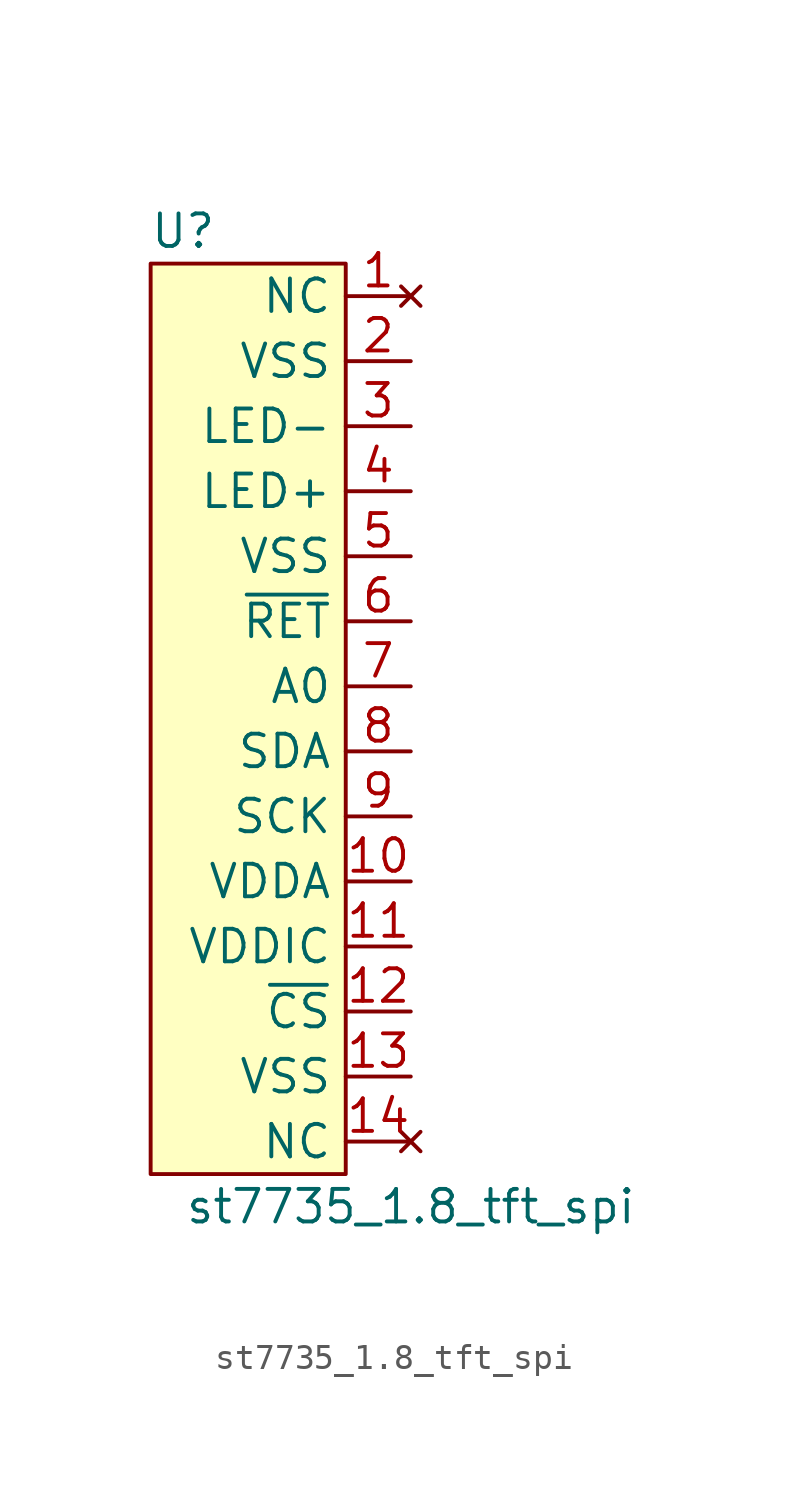
<source format=kicad_sym>
(kicad_symbol_lib
  (version 20211014)
  (generator kicad_symbol_editor)
  (symbol "st7735_1.8_tft_spi"
    (property "Reference" "U"
      (at -10.16 16.51 0)
      (effects (font (size 1.27 1.27))))
    (property "Value" "st7735_1.8_tft_spi"
      (at -1.27 -21.59 0)
      (effects (font (size 1.27 1.27))))
    (symbol "st7735_1.8_tft_spi_0_1"
      (rectangle (start -3.81 15.24) (end -11.43 -20.32) (stroke (width 0) (type default) (color 0 0 0 0)) (fill (type background))))
    (symbol "st7735_1.8_tft_spi_1_1"
      (pin no_connect line (at -1.27 13.97 180) (length 2.54) (name "NC" (effects (font (size 1.27 1.27)))) (number "1" (effects (font (size 1.27 1.27)))))
      (pin power_in line (at -1.27 -8.89 180) (length 2.54) (name "VDDA" (effects (font (size 1.27 1.27)))) (number "10" (effects (font (size 1.27 1.27)))))
      (pin power_in line (at -1.27 -11.43 180) (length 2.54) (name "VDDIC" (effects (font (size 1.27 1.27)))) (number "11" (effects (font (size 1.27 1.27)))))
      (pin input line (at -1.27 -13.97 180) (length 2.54) (name "~{CS}" (effects (font (size 1.27 1.27)))) (number "12" (effects (font (size 1.27 1.27)))))
      (pin power_in line (at -1.27 -16.51 180) (length 2.54) (name "VSS" (effects (font (size 1.27 1.27)))) (number "13" (effects (font (size 1.27 1.27)))))
      (pin no_connect line (at -1.27 -19.05 180) (length 2.54) (name "NC" (effects (font (size 1.27 1.27)))) (number "14" (effects (font (size 1.27 1.27)))))
      (pin power_in line (at -1.27 11.43 180) (length 2.54) (name "VSS" (effects (font (size 1.27 1.27)))) (number "2" (effects (font (size 1.27 1.27)))))
      (pin power_in line (at -1.27 8.89 180) (length 2.54) (name "LED-" (effects (font (size 1.27 1.27)))) (number "3" (effects (font (size 1.27 1.27)))))
      (pin power_in line (at -1.27 6.35 180) (length 2.54) (name "LED+" (effects (font (size 1.27 1.27)))) (number "4" (effects (font (size 1.27 1.27)))))
      (pin power_in line (at -1.27 3.81 180) (length 2.54) (name "VSS" (effects (font (size 1.27 1.27)))) (number "5" (effects (font (size 1.27 1.27)))))
      (pin input line (at -1.27 1.27 180) (length 2.54) (name "~{RET}" (effects (font (size 1.27 1.27)))) (number "6" (effects (font (size 1.27 1.27)))))
      (pin input line (at -1.27 -1.27 180) (length 2.54) (name "A0" (effects (font (size 1.27 1.27)))) (number "7" (effects (font (size 1.27 1.27)))))
      (pin input line (at -1.27 -3.81 180) (length 2.54) (name "SDA" (effects (font (size 1.27 1.27)))) (number "8" (effects (font (size 1.27 1.27)))))
      (pin input line (at -1.27 -6.35 180) (length 2.54) (name "SCK" (effects (font (size 1.27 1.27)))) (number "9" (effects (font (size 1.27 1.27))))))))
</source>
